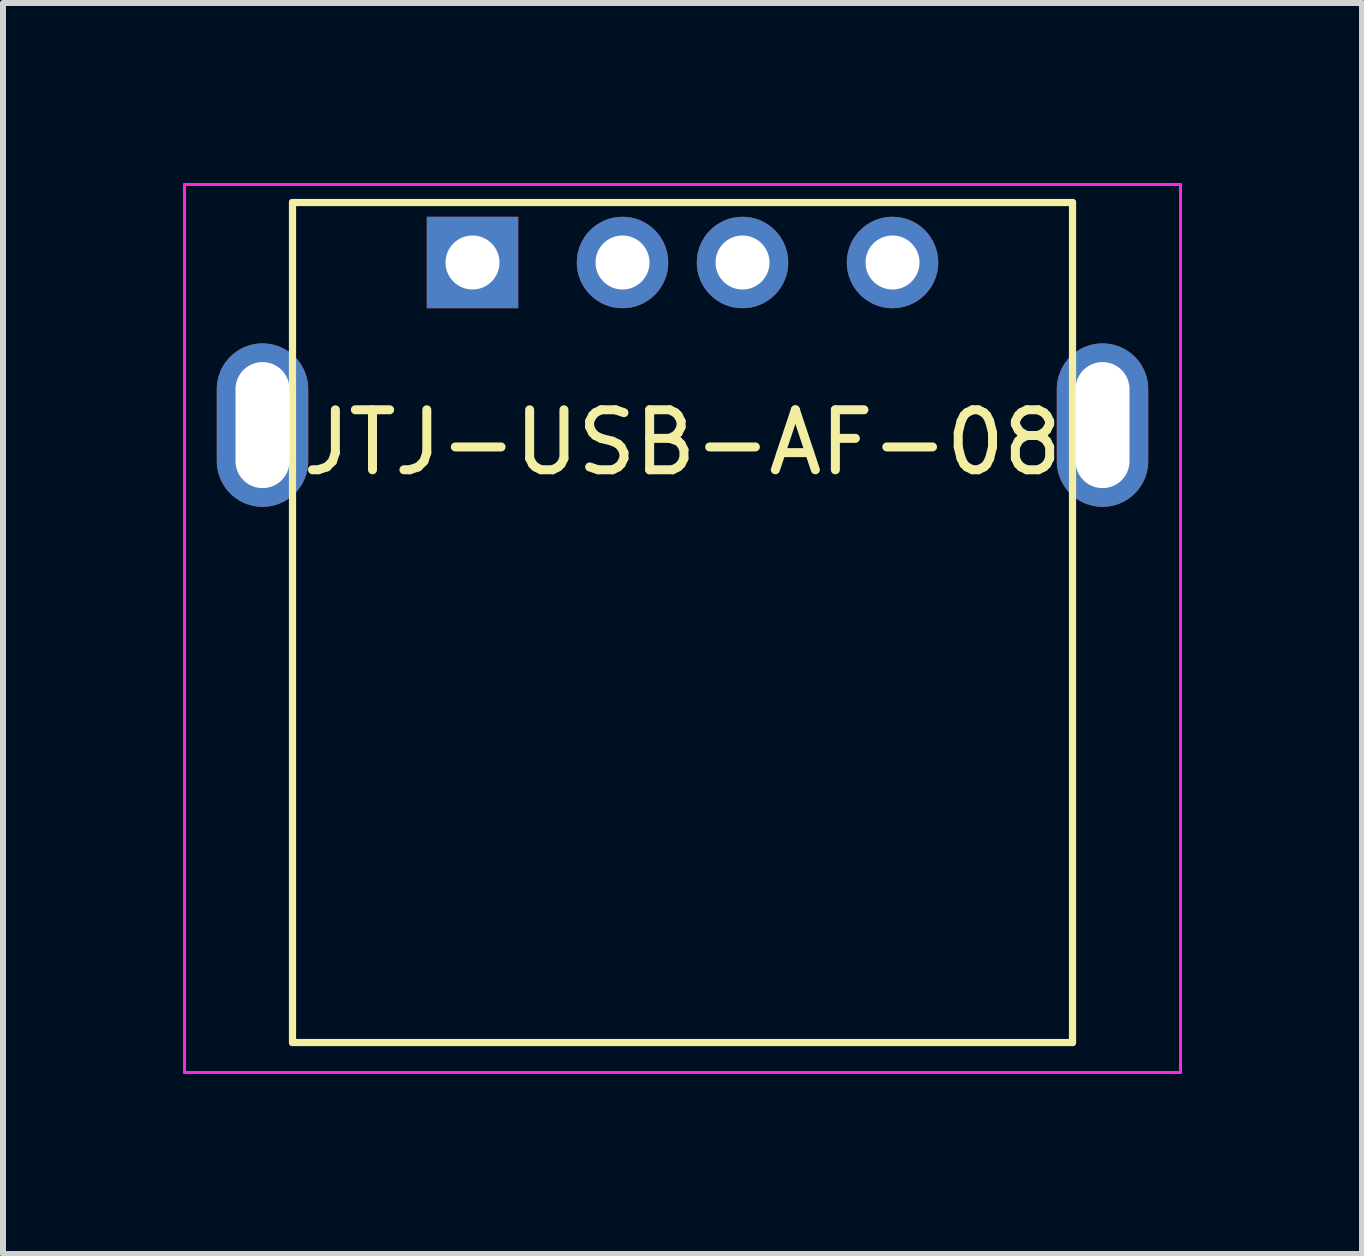
<source format=kicad_pcb>
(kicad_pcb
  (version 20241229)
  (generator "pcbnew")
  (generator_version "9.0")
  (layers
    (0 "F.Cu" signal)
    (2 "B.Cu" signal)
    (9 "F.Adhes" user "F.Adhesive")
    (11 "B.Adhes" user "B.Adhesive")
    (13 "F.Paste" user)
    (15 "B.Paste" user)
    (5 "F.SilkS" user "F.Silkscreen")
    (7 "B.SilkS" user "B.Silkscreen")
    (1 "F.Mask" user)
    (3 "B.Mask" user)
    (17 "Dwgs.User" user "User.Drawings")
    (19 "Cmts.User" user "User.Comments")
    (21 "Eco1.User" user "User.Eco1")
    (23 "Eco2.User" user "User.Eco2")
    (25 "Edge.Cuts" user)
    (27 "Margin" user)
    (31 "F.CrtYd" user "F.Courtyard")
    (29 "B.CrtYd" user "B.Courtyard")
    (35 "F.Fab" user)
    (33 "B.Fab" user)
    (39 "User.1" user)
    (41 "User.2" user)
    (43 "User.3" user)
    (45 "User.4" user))
  (footprint "JTJ-USB-AF-08"
    (layer "F.Cu")
    (at 4.825 1.325)
    (property "Reference" "JTJ-USB-AF-08" (at 3.5 3 0) (layer "F.SilkS") (effects (font (size 1 1) (thickness 0.15))))
    (attr through_hole)
    (fp_line (start -3 -1) (end 10 -1) (stroke (width 0.12) (type solid)) (layer "F.SilkS"))
    (fp_line (start -3 13) (end -3 -1) (stroke (width 0.12) (type solid)) (layer "F.SilkS"))
    (fp_line (start 10 -1) (end 10 13) (stroke (width 0.12) (type solid)) (layer "F.SilkS"))
    (fp_line (start 10 13) (end -3 13) (stroke (width 0.12) (type solid)) (layer "F.SilkS"))
    (fp_line (start -4.8 -1.3) (end 11.8 -1.3) (stroke (width 0.05) (type solid)) (layer "F.CrtYd"))
    (fp_line (start -4.8 13.5) (end -4.8 -1.3) (stroke (width 0.05) (type solid)) (layer "F.CrtYd"))
    (fp_line (start 11.8 -1.3) (end 11.8 13.5) (stroke (width 0.05) (type solid)) (layer "F.CrtYd"))
    (fp_line (start 11.8 13.5) (end -4.8 13.5) (stroke (width 0.05) (type solid)) (layer "F.CrtYd"))
    (pad "1" thru_hole rect (at 0 0) (size 1.524 1.524) (drill 0.9) (layers "*.Cu" "*.Mask"))
    (pad "2" thru_hole circle (at 2.5 0) (size 1.524 1.524) (drill 0.9) (layers "*.Cu" "*.Mask"))
    (pad "3" thru_hole circle (at 4.5 0) (size 1.524 1.524) (drill 0.9) (layers "*.Cu" "*.Mask"))
    (pad "4" thru_hole circle (at 7 0) (size 1.524 1.524) (drill 0.9) (layers "*.Cu" "*.Mask"))
    (pad "5" thru_hole oval (at -3.5 2.71) (size 1.524 2.724) (drill oval 0.9 2.1) (layers "*.Cu" "*.Mask"))
    (pad "5" thru_hole oval (at 10.5 2.71) (size 1.524 2.724) (drill oval 0.9 2.1) (layers "*.Cu" "*.Mask")))
  (gr_rect
    (start -3 -3)
    (end 19.65 17.85)
    (stroke (width 0.1) (type default))
    (fill no)
    (layer "Edge.Cuts")))
</source>
